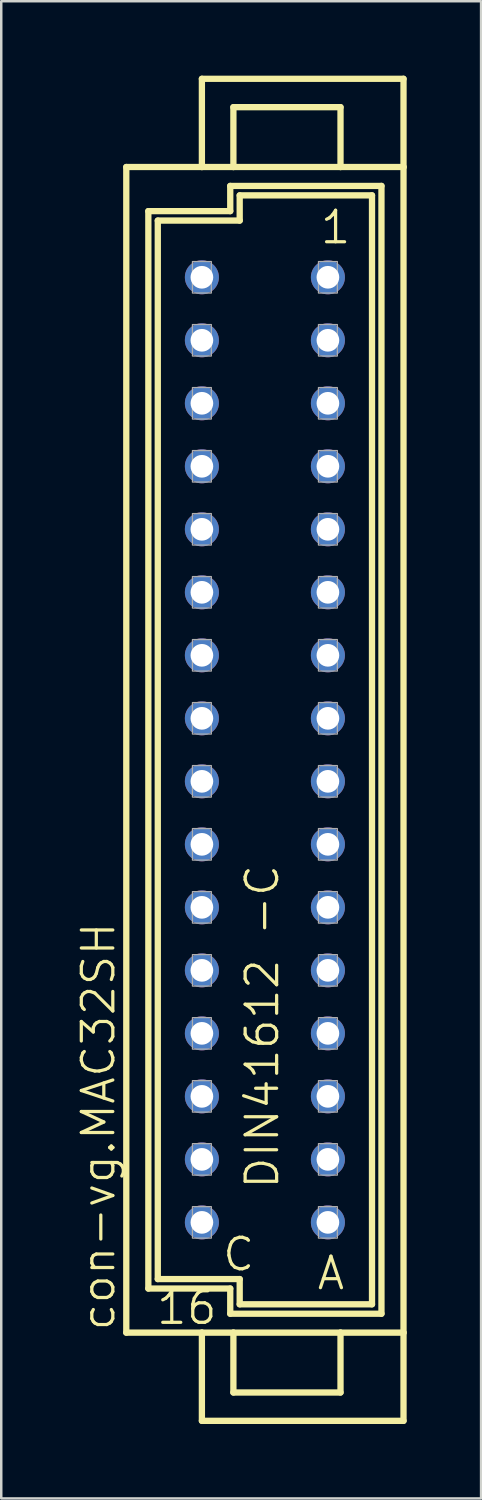
<source format=kicad_pcb>
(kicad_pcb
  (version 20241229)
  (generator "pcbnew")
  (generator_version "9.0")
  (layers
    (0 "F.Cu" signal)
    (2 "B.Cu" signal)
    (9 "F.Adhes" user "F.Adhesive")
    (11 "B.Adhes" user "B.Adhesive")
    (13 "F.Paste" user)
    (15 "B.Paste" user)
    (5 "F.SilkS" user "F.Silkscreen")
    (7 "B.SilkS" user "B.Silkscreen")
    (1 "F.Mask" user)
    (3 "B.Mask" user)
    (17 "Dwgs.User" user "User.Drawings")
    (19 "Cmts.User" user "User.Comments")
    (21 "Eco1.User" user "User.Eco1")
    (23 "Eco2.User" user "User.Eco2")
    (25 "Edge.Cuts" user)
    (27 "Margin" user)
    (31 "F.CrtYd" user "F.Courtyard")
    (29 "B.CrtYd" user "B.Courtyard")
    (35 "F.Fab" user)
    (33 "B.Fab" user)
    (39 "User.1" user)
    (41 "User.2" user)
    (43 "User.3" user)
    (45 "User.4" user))
  (footprint "con-vg.MAC32SH"
    (layer "F.Cu")
    (at 7.629 27.178)
    (property "Reference" "con-vg.MAC32SH" (at -5.969 23.495 90) (layer "F.SilkS") (effects (font (size 1.27 1.27) (thickness 0.13)) (justify left bottom)))
    (attr through_hole)
    (fp_line (start -5.588 -23.495) (end -2.54 -23.495) (stroke (width 0.254) (type default)) (layer "F.SilkS"))
    (fp_line (start -5.588 23.495) (end -5.588 -23.495) (stroke (width 0.254) (type default)) (layer "F.SilkS"))
    (fp_line (start -5.588 23.495) (end -2.54 23.495) (stroke (width 0.254) (type default)) (layer "F.SilkS"))
    (fp_line (start -4.699 -21.717) (end -4.699 21.717) (stroke (width 0.254) (type default)) (layer "F.SilkS"))
    (fp_line (start -4.699 21.717) (end -1.397 21.717) (stroke (width 0.254) (type default)) (layer "F.SilkS"))
    (fp_line (start -4.318 -21.336) (end -4.318 21.336) (stroke (width 0.254) (type default)) (layer "F.SilkS"))
    (fp_line (start -4.318 -21.336) (end -1.016 -21.336) (stroke (width 0.254) (type default)) (layer "F.SilkS"))
    (fp_line (start -4.318 21.336) (end -1.016 21.336) (stroke (width 0.254) (type default)) (layer "F.SilkS"))
    (fp_line (start -2.54 -27.051) (end -2.54 -23.495) (stroke (width 0.254) (type default)) (layer "F.SilkS"))
    (fp_line (start -2.54 -23.495) (end -1.27 -23.495) (stroke (width 0.254) (type default)) (layer "F.SilkS"))
    (fp_line (start -2.54 23.495) (end -2.54 27.051) (stroke (width 0.254) (type default)) (layer "F.SilkS"))
    (fp_line (start -2.54 23.495) (end -1.27 23.495) (stroke (width 0.254) (type default)) (layer "F.SilkS"))
    (fp_line (start -2.54 27.051) (end 5.588 27.051) (stroke (width 0.254) (type default)) (layer "F.SilkS"))
    (fp_line (start -1.397 -22.733) (end -1.397 -21.717) (stroke (width 0.254) (type default)) (layer "F.SilkS"))
    (fp_line (start -1.397 -21.717) (end -4.699 -21.717) (stroke (width 0.254) (type default)) (layer "F.SilkS"))
    (fp_line (start -1.397 21.717) (end -1.397 22.733) (stroke (width 0.254) (type default)) (layer "F.SilkS"))
    (fp_line (start -1.397 22.733) (end 4.699 22.733) (stroke (width 0.254) (type default)) (layer "F.SilkS"))
    (fp_line (start -1.27 -25.908) (end -1.27 -23.495) (stroke (width 0.254) (type default)) (layer "F.SilkS"))
    (fp_line (start -1.27 -25.908) (end 3.048 -25.908) (stroke (width 0.254) (type default)) (layer "F.SilkS"))
    (fp_line (start -1.27 -23.495) (end 3.048 -23.495) (stroke (width 0.254) (type default)) (layer "F.SilkS"))
    (fp_line (start -1.27 23.495) (end -1.27 25.908) (stroke (width 0.254) (type default)) (layer "F.SilkS"))
    (fp_line (start -1.27 23.495) (end 3.048 23.495) (stroke (width 0.254) (type default)) (layer "F.SilkS"))
    (fp_line (start -1.27 25.908) (end 3.048 25.908) (stroke (width 0.254) (type default)) (layer "F.SilkS"))
    (fp_line (start -1.016 -22.352) (end 4.318 -22.352) (stroke (width 0.254) (type default)) (layer "F.SilkS"))
    (fp_line (start -1.016 -21.336) (end -1.016 -22.352) (stroke (width 0.254) (type default)) (layer "F.SilkS"))
    (fp_line (start -1.016 21.336) (end -1.016 22.352) (stroke (width 0.254) (type default)) (layer "F.SilkS"))
    (fp_line (start -1.016 22.352) (end 4.318 22.352) (stroke (width 0.254) (type default)) (layer "F.SilkS"))
    (fp_line (start 3.048 -25.908) (end 3.048 -23.495) (stroke (width 0.254) (type default)) (layer "F.SilkS"))
    (fp_line (start 3.048 -23.495) (end 5.588 -23.495) (stroke (width 0.254) (type default)) (layer "F.SilkS"))
    (fp_line (start 3.048 23.495) (end 3.048 25.908) (stroke (width 0.254) (type default)) (layer "F.SilkS"))
    (fp_line (start 3.048 23.495) (end 5.588 23.495) (stroke (width 0.254) (type default)) (layer "F.SilkS"))
    (fp_line (start 4.318 -22.352) (end 4.318 22.352) (stroke (width 0.254) (type default)) (layer "F.SilkS"))
    (fp_line (start 4.699 -22.733) (end -1.397 -22.733) (stroke (width 0.254) (type default)) (layer "F.SilkS"))
    (fp_line (start 4.699 22.733) (end 4.699 -22.733) (stroke (width 0.254) (type default)) (layer "F.SilkS"))
    (fp_line (start 5.588 -27.051) (end -2.54 -27.051) (stroke (width 0.254) (type default)) (layer "F.SilkS"))
    (fp_line (start 5.588 -23.495) (end 5.588 -27.051) (stroke (width 0.254) (type default)) (layer "F.SilkS"))
    (fp_line (start 5.588 23.495) (end 5.588 -23.495) (stroke (width 0.254) (type default)) (layer "F.SilkS"))
    (fp_line (start 5.588 27.051) (end 5.588 23.495) (stroke (width 0.254) (type default)) (layer "F.SilkS"))
    (fp_rect (start -2.921 -18.415) (end -2.159 -19.685) (stroke (width 0.05) (type default)) (fill no) (layer "F.Fab"))
    (fp_rect (start -2.921 -15.875) (end -2.159 -17.145) (stroke (width 0.05) (type default)) (fill no) (layer "F.Fab"))
    (fp_rect (start -2.921 -13.335) (end -2.159 -14.605) (stroke (width 0.05) (type default)) (fill no) (layer "F.Fab"))
    (fp_rect (start -2.921 -10.795) (end -2.159 -12.065) (stroke (width 0.05) (type default)) (fill no) (layer "F.Fab"))
    (fp_rect (start -2.921 -8.255) (end -2.159 -9.525) (stroke (width 0.05) (type default)) (fill no) (layer "F.Fab"))
    (fp_rect (start -2.921 -5.715) (end -2.159 -6.985) (stroke (width 0.05) (type default)) (fill no) (layer "F.Fab"))
    (fp_rect (start -2.921 -3.175) (end -2.159 -4.445) (stroke (width 0.05) (type default)) (fill no) (layer "F.Fab"))
    (fp_rect (start -2.921 -0.635) (end -2.159 -1.905) (stroke (width 0.05) (type default)) (fill no) (layer "F.Fab"))
    (fp_rect (start -2.921 1.905) (end -2.159 0.635) (stroke (width 0.05) (type default)) (fill no) (layer "F.Fab"))
    (fp_rect (start -2.921 4.445) (end -2.159 3.175) (stroke (width 0.05) (type default)) (fill no) (layer "F.Fab"))
    (fp_rect (start -2.921 6.985) (end -2.159 5.715) (stroke (width 0.05) (type default)) (fill no) (layer "F.Fab"))
    (fp_rect (start -2.921 9.525) (end -2.159 8.255) (stroke (width 0.05) (type default)) (fill no) (layer "F.Fab"))
    (fp_rect (start -2.921 12.065) (end -2.159 10.795) (stroke (width 0.05) (type default)) (fill no) (layer "F.Fab"))
    (fp_rect (start -2.921 14.605) (end -2.159 13.335) (stroke (width 0.05) (type default)) (fill no) (layer "F.Fab"))
    (fp_rect (start -2.921 17.145) (end -2.159 15.875) (stroke (width 0.05) (type default)) (fill no) (layer "F.Fab"))
    (fp_rect (start -2.921 19.685) (end -2.159 18.415) (stroke (width 0.05) (type default)) (fill no) (layer "F.Fab"))
    (fp_rect (start 2.159 -18.415) (end 2.921 -19.685) (stroke (width 0.05) (type default)) (fill no) (layer "F.Fab"))
    (fp_rect (start 2.159 -15.875) (end 2.921 -17.145) (stroke (width 0.05) (type default)) (fill no) (layer "F.Fab"))
    (fp_rect (start 2.159 -13.335) (end 2.921 -14.605) (stroke (width 0.05) (type default)) (fill no) (layer "F.Fab"))
    (fp_rect (start 2.159 -10.795) (end 2.921 -12.065) (stroke (width 0.05) (type default)) (fill no) (layer "F.Fab"))
    (fp_rect (start 2.159 -8.255) (end 2.921 -9.525) (stroke (width 0.05) (type default)) (fill no) (layer "F.Fab"))
    (fp_rect (start 2.159 -5.715) (end 2.921 -6.985) (stroke (width 0.05) (type default)) (fill no) (layer "F.Fab"))
    (fp_rect (start 2.159 -3.175) (end 2.921 -4.445) (stroke (width 0.05) (type default)) (fill no) (layer "F.Fab"))
    (fp_rect (start 2.159 -0.635) (end 2.921 -1.905) (stroke (width 0.05) (type default)) (fill no) (layer "F.Fab"))
    (fp_rect (start 2.159 1.905) (end 2.921 0.635) (stroke (width 0.05) (type default)) (fill no) (layer "F.Fab"))
    (fp_rect (start 2.159 4.445) (end 2.921 3.175) (stroke (width 0.05) (type default)) (fill no) (layer "F.Fab"))
    (fp_rect (start 2.159 6.985) (end 2.921 5.715) (stroke (width 0.05) (type default)) (fill no) (layer "F.Fab"))
    (fp_rect (start 2.159 9.525) (end 2.921 8.255) (stroke (width 0.05) (type default)) (fill no) (layer "F.Fab"))
    (fp_rect (start 2.159 12.065) (end 2.921 10.795) (stroke (width 0.05) (type default)) (fill no) (layer "F.Fab"))
    (fp_rect (start 2.159 14.605) (end 2.921 13.335) (stroke (width 0.05) (type default)) (fill no) (layer "F.Fab"))
    (fp_rect (start 2.159 17.145) (end 2.921 15.875) (stroke (width 0.05) (type default)) (fill no) (layer "F.Fab"))
    (fp_rect (start 2.159 19.685) (end 2.921 18.415) (stroke (width 0.05) (type default)) (fill no) (layer "F.Fab"))
    (fp_text user "DIN41612 -C" (at 0.635 17.78 90) (layer "F.SilkS") (effects (font (size 1.27 1.27) (thickness 0.13)) (justify left bottom)))
    (fp_text user "1" (at 2.159 -20.32 0) (layer "F.SilkS") (effects (font (size 1.27 1.27) (thickness 0.13)) (justify left bottom)))
    (fp_text user "A" (at 2.032 21.844 0) (layer "F.SilkS") (effects (font (size 1.27 1.27) (thickness 0.13)) (justify left bottom)))
    (fp_text user "16" (at -4.445 23.241 0) (layer "F.SilkS") (effects (font (size 1.27 1.27) (thickness 0.13)) (justify left bottom)))
    (fp_text user "C" (at -1.778 21.082 0) (layer "F.SilkS") (effects (font (size 1.27 1.27) (thickness 0.13)) (justify left bottom)))
    (pad "A1" thru_hole circle (at 2.54 -19.05) (size 1.372 1.372) (drill 0.914) (layers "*.Cu" "*.Mask"))
    (pad "A2" thru_hole circle (at 2.54 -16.51) (size 1.372 1.372) (drill 0.914) (layers "*.Cu" "*.Mask"))
    (pad "A3" thru_hole circle (at 2.54 -13.97) (size 1.372 1.372) (drill 0.914) (layers "*.Cu" "*.Mask"))
    (pad "A4" thru_hole circle (at 2.54 -11.43) (size 1.372 1.372) (drill 0.914) (layers "*.Cu" "*.Mask"))
    (pad "A5" thru_hole circle (at 2.54 -8.89) (size 1.372 1.372) (drill 0.914) (layers "*.Cu" "*.Mask"))
    (pad "A6" thru_hole circle (at 2.54 -6.35) (size 1.372 1.372) (drill 0.914) (layers "*.Cu" "*.Mask"))
    (pad "A7" thru_hole circle (at 2.54 -3.81) (size 1.372 1.372) (drill 0.914) (layers "*.Cu" "*.Mask"))
    (pad "A8" thru_hole circle (at 2.54 -1.27) (size 1.372 1.372) (drill 0.914) (layers "*.Cu" "*.Mask"))
    (pad "A9" thru_hole circle (at 2.54 1.27) (size 1.372 1.372) (drill 0.914) (layers "*.Cu" "*.Mask"))
    (pad "A10" thru_hole circle (at 2.54 3.81) (size 1.372 1.372) (drill 0.914) (layers "*.Cu" "*.Mask"))
    (pad "A11" thru_hole circle (at 2.54 6.35) (size 1.372 1.372) (drill 0.914) (layers "*.Cu" "*.Mask"))
    (pad "A12" thru_hole circle (at 2.54 8.89) (size 1.372 1.372) (drill 0.914) (layers "*.Cu" "*.Mask"))
    (pad "A13" thru_hole circle (at 2.54 11.43) (size 1.372 1.372) (drill 0.914) (layers "*.Cu" "*.Mask"))
    (pad "A14" thru_hole circle (at 2.54 13.97) (size 1.372 1.372) (drill 0.914) (layers "*.Cu" "*.Mask"))
    (pad "A15" thru_hole circle (at 2.54 16.51) (size 1.372 1.372) (drill 0.914) (layers "*.Cu" "*.Mask"))
    (pad "A16" thru_hole circle (at 2.54 19.05) (size 1.372 1.372) (drill 0.914) (layers "*.Cu" "*.Mask"))
    (pad "C1" thru_hole circle (at -2.54 -19.05) (size 1.372 1.372) (drill 0.914) (layers "*.Cu" "*.Mask"))
    (pad "C2" thru_hole circle (at -2.54 -16.51) (size 1.372 1.372) (drill 0.914) (layers "*.Cu" "*.Mask"))
    (pad "C3" thru_hole circle (at -2.54 -13.97) (size 1.372 1.372) (drill 0.914) (layers "*.Cu" "*.Mask"))
    (pad "C4" thru_hole circle (at -2.54 -11.43) (size 1.372 1.372) (drill 0.914) (layers "*.Cu" "*.Mask"))
    (pad "C5" thru_hole circle (at -2.54 -8.89) (size 1.372 1.372) (drill 0.914) (layers "*.Cu" "*.Mask"))
    (pad "C6" thru_hole circle (at -2.54 -6.35) (size 1.372 1.372) (drill 0.914) (layers "*.Cu" "*.Mask"))
    (pad "C7" thru_hole circle (at -2.54 -3.81) (size 1.372 1.372) (drill 0.914) (layers "*.Cu" "*.Mask"))
    (pad "C8" thru_hole circle (at -2.54 -1.27) (size 1.372 1.372) (drill 0.914) (layers "*.Cu" "*.Mask"))
    (pad "C9" thru_hole circle (at -2.54 1.27) (size 1.372 1.372) (drill 0.914) (layers "*.Cu" "*.Mask"))
    (pad "C10" thru_hole circle (at -2.54 3.81) (size 1.372 1.372) (drill 0.914) (layers "*.Cu" "*.Mask"))
    (pad "C11" thru_hole circle (at -2.54 6.35) (size 1.372 1.372) (drill 0.914) (layers "*.Cu" "*.Mask"))
    (pad "C12" thru_hole circle (at -2.54 8.89) (size 1.372 1.372) (drill 0.914) (layers "*.Cu" "*.Mask"))
    (pad "C13" thru_hole circle (at -2.54 11.43) (size 1.372 1.372) (drill 0.914) (layers "*.Cu" "*.Mask"))
    (pad "C14" thru_hole circle (at -2.54 13.97) (size 1.372 1.372) (drill 0.914) (layers "*.Cu" "*.Mask"))
    (pad "C15" thru_hole circle (at -2.54 16.51) (size 1.372 1.372) (drill 0.914) (layers "*.Cu" "*.Mask"))
    (pad "C16" thru_hole circle (at -2.54 19.05) (size 1.372 1.372) (drill 0.914) (layers "*.Cu" "*.Mask")))
  (gr_rect
    (start -3 -3)
    (end 16.344 57.356)
    (stroke (width 0.1) (type default))
    (fill no)
    (layer "Edge.Cuts")))
</source>
